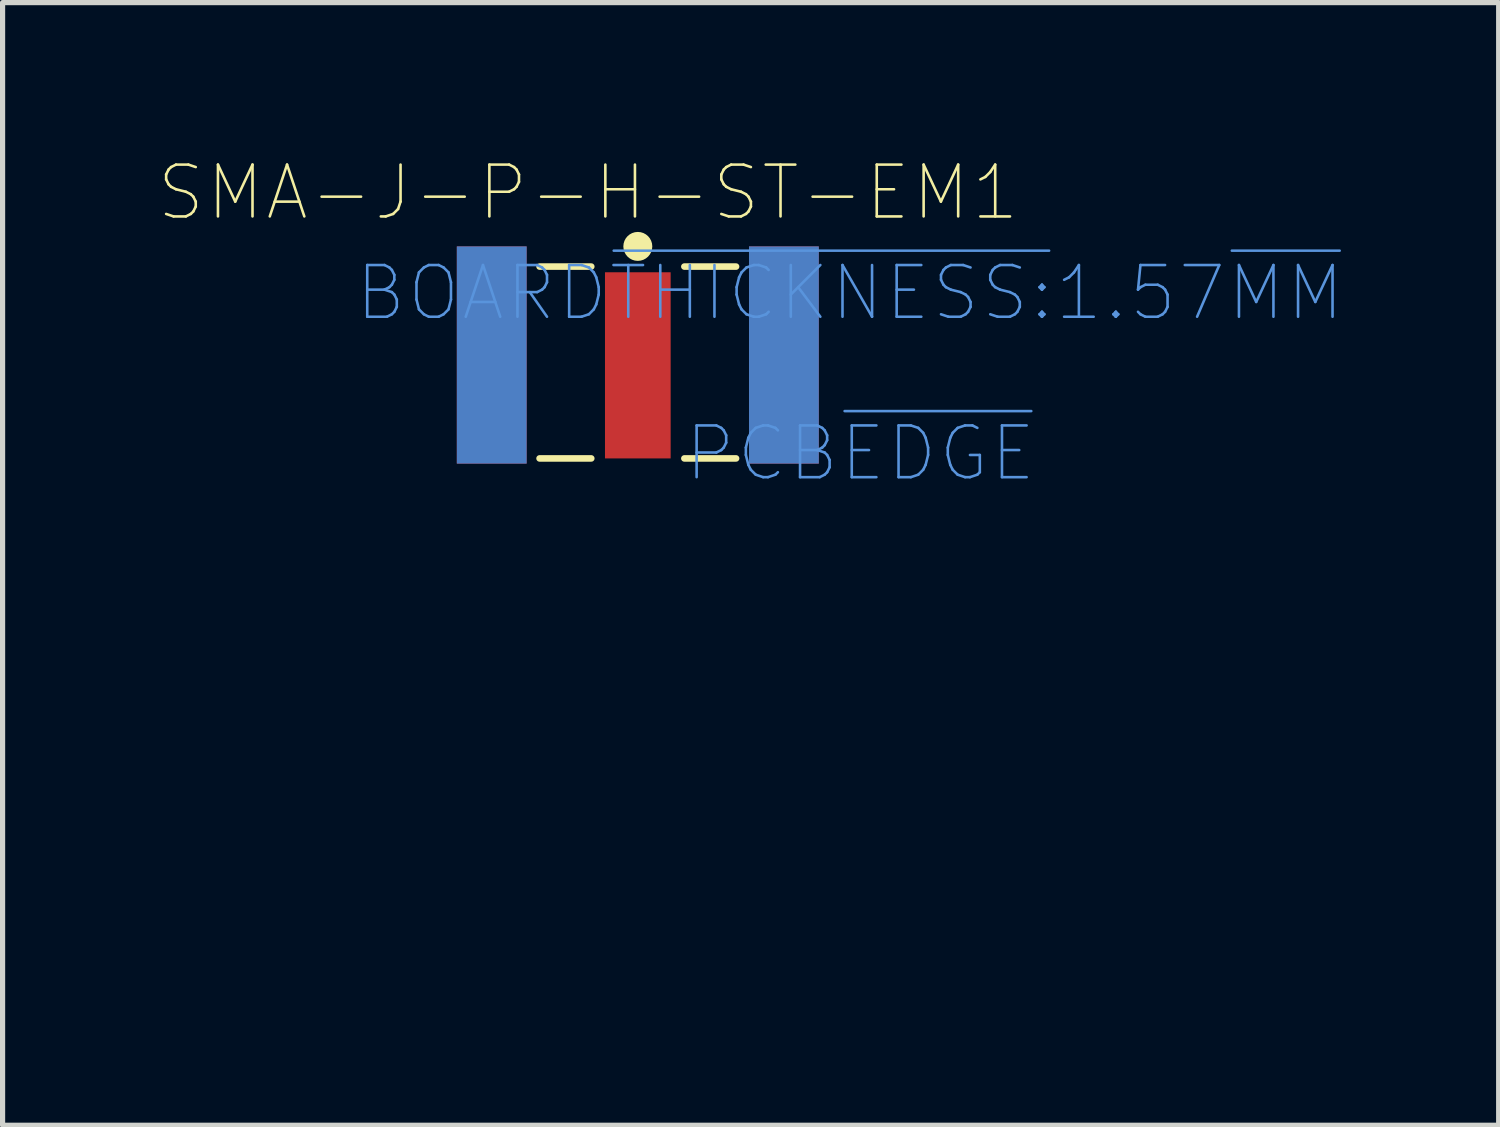
<source format=kicad_pcb>
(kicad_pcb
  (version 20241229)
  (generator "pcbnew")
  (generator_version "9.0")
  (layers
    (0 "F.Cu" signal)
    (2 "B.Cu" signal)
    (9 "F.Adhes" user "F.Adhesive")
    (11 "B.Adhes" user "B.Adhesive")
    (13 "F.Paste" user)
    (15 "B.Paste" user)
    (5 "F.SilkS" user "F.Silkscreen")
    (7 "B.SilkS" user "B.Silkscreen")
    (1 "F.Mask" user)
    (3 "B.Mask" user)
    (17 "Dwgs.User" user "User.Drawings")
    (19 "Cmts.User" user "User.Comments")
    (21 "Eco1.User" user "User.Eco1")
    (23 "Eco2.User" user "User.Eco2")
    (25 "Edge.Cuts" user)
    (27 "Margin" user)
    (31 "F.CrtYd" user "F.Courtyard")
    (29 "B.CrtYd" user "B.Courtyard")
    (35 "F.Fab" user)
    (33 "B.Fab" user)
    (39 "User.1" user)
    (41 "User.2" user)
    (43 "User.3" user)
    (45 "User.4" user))
  (footprint "SMA-J-P-H-ST-EM1"
    (layer "F.Cu")
    (at 9.284 4.015)
    (property "Reference" "SMA-J-P-H-ST-EM1" (at -0.962 -3.341 0) (layer "F.SilkS") (effects (font (size 1.002 1.002) (thickness 0.05))))
    (attr smd)
    (fp_line (start -1.9 -1.91) (end -0.9 -1.91) (stroke (width 0.127) (type solid)) (layer "F.SilkS"))
    (fp_line (start -1.9 1.8) (end -0.9 1.8) (stroke (width 0.127) (type solid)) (layer "F.SilkS"))
    (fp_line (start 0.9 -1.91) (end 1.9 -1.91) (stroke (width 0.127) (type solid)) (layer "F.SilkS"))
    (fp_line (start 0.9 1.8) (end 1.9 1.8) (stroke (width 0.127) (type solid)) (layer "F.SilkS"))
    (fp_circle (center 0 -2.3) (end 0.14 -2.3) (stroke (width 0.28) (type solid)) (fill no) (layer "F.SilkS"))
    (fp_line (start -3.75 -2.55) (end 3.75 -2.55) (stroke (width 0.05) (type solid)) (layer "Eco1.User"))
    (fp_line (start -3.75 2.15) (end -3.75 -2.55) (stroke (width 0.05) (type solid)) (layer "Eco1.User"))
    (fp_line (start -3.425 2.15) (end -3.75 2.15) (stroke (width 0.05) (type solid)) (layer "Eco1.User"))
    (fp_line (start -3.425 11.67) (end -3.425 2.15) (stroke (width 0.05) (type solid)) (layer "Eco1.User"))
    (fp_line (start 3.425 2.15) (end 3.425 11.67) (stroke (width 0.05) (type solid)) (layer "Eco1.User"))
    (fp_line (start 3.425 11.67) (end -3.425 11.67) (stroke (width 0.05) (type solid)) (layer "Eco1.User"))
    (fp_line (start 3.75 -2.55) (end 3.75 2.15) (stroke (width 0.05) (type solid)) (layer "Eco1.User"))
    (fp_line (start 3.75 2.15) (end 3.425 2.15) (stroke (width 0.05) (type solid)) (layer "Eco1.User"))
    (fp_line (start -5 1.9) (end -3.175 1.9) (stroke (width 0.127) (type solid)) (layer "Eco2.User"))
    (fp_line (start -3.175 -1.91) (end 3.175 -1.91) (stroke (width 0.127) (type solid)) (layer "Eco2.User"))
    (fp_line (start -3.175 1.9) (end -3.175 -1.91) (stroke (width 0.127) (type solid)) (layer "Eco2.User"))
    (fp_line (start -3.175 1.9) (end 3.175 1.9) (stroke (width 0.127) (type solid)) (layer "Eco2.User"))
    (fp_line (start -3.165 11.42) (end -3.175 1.9) (stroke (width 0.127) (type solid)) (layer "Eco2.User"))
    (fp_line (start 3.165 11.42) (end -3.165 11.42) (stroke (width 0.127) (type solid)) (layer "Eco2.User"))
    (fp_line (start 3.175 -1.91) (end 3.175 1.9) (stroke (width 0.127) (type solid)) (layer "Eco2.User"))
    (fp_line (start 3.175 1.9) (end 3.165 11.42) (stroke (width 0.127) (type solid)) (layer "Eco2.User"))
    (fp_line (start 3.175 1.9) (end 5 1.9) (stroke (width 0.127) (type solid)) (layer "Eco2.User"))
    (fp_text user "PCB~{EDGE}" (at 4.304 1.702 0) (layer "Cmts.User") (effects (font (size 1 1) (thickness 0.05))))
    (fp_text user "BOARD~{THICKNESS:}1.57~{MM}" (at 4.101 -1.4 0) (layer "Cmts.User") (effects (font (size 1 1) (thickness 0.05))))
    (pad "1" smd rect (at 0 0) (size 1.27 3.6) (layers "F.Cu" "F.Mask" "F.Paste"))
    (pad "2_1" smd rect (at -2.825 -0.2) (size 1.35 4.2) (layers "F.Cu" "F.Mask" "F.Paste"))
    (pad "2_2" smd rect (at -2.825 -0.2) (size 1.35 4.2) (layers "B.Cu" "B.Mask" "B.Paste"))
    (pad "3_1" smd rect (at 2.825 -0.2) (size 1.35 4.2) (layers "F.Cu" "F.Mask" "F.Paste"))
    (pad "3_2" smd rect (at 2.825 -0.2) (size 1.35 4.2) (layers "B.Cu" "B.Mask" "B.Paste")))
  (gr_rect
    (start -3 -3)
    (end 25.931 18.71)
    (stroke (width 0.1) (type default))
    (fill no)
    (layer "Edge.Cuts")))
</source>
